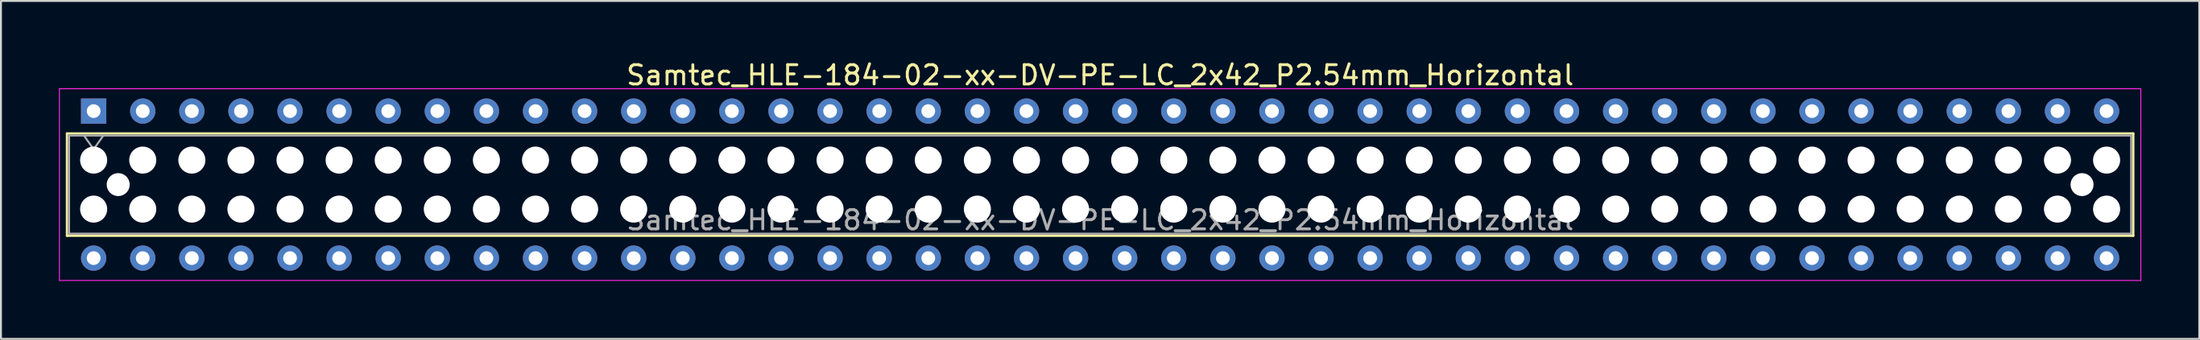
<source format=kicad_pcb>
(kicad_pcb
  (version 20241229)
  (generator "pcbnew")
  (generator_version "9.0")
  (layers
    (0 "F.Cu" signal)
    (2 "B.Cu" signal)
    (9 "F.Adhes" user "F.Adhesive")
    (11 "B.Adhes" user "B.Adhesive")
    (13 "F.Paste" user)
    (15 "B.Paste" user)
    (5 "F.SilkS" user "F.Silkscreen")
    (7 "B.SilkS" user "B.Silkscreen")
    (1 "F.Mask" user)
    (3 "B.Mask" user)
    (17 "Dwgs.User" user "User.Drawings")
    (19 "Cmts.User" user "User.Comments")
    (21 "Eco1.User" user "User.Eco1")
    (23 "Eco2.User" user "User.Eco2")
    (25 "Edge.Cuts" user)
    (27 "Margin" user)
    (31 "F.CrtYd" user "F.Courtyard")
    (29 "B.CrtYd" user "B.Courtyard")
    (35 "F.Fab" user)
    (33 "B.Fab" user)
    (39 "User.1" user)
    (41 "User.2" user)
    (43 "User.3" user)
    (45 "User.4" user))
  (footprint "Samtec_HLE-184-02-xx-DV-PE-LC_2x42_P2.54mm_Horizontal"
    (layer "F.Cu")
    (at 1.795 2.708)
    (property "Reference" "Samtec_HLE-184-02-xx-DV-PE-LC_2x42_P2.54mm_Horizontal" (at 52.07 -1.86 0) (layer "F.SilkS") (effects (font (size 1 1) (thickness 0.15))))
    (attr through_hole)
    (fp_line (start -1.38 1.16) (end 105.52 1.16) (stroke (width 0.12) (type solid)) (layer "F.SilkS"))
    (fp_line (start -1.38 6.46) (end -1.38 1.16) (stroke (width 0.12) (type solid)) (layer "F.SilkS"))
    (fp_line (start 105.52 1.16) (end 105.52 6.46) (stroke (width 0.12) (type solid)) (layer "F.SilkS"))
    (fp_line (start 105.52 6.46) (end -1.38 6.46) (stroke (width 0.12) (type solid)) (layer "F.SilkS"))
    (fp_line (start -1.77 -1.16) (end 105.91 -1.16) (stroke (width 0.05) (type solid)) (layer "F.CrtYd"))
    (fp_line (start -1.77 8.78) (end -1.77 -1.16) (stroke (width 0.05) (type solid)) (layer "F.CrtYd"))
    (fp_line (start 105.91 -1.16) (end 105.91 8.78) (stroke (width 0.05) (type solid)) (layer "F.CrtYd"))
    (fp_line (start 105.91 8.78) (end -1.77 8.78) (stroke (width 0.05) (type solid)) (layer "F.CrtYd"))
    (fp_line (start -1.27 1.27) (end 105.41 1.27) (stroke (width 0.1) (type solid)) (layer "F.Fab"))
    (fp_line (start -1.27 6.35) (end -1.27 1.27) (stroke (width 0.1) (type solid)) (layer "F.Fab"))
    (fp_line (start -0.5 1.27) (end 0 1.977) (stroke (width 0.1) (type solid)) (layer "F.Fab"))
    (fp_line (start 0 1.977) (end 0.5 1.27) (stroke (width 0.1) (type solid)) (layer "F.Fab"))
    (fp_line (start 105.41 1.27) (end 105.41 6.35) (stroke (width 0.1) (type solid)) (layer "F.Fab"))
    (fp_line (start 105.41 6.35) (end -1.27 6.35) (stroke (width 0.1) (type solid)) (layer "F.Fab"))
    (fp_text user "${REFERENCE}" (at 52.07 5.65 0) (layer "F.Fab") (effects (font (size 1 1) (thickness 0.15))))
    (pad "" np_thru_hole circle (at 0 2.54) (size 1.4 1.4) (drill 1.4) (layers "*.Cu" "*.Mask"))
    (pad "" np_thru_hole circle (at 0 5.08) (size 1.4 1.4) (drill 1.4) (layers "*.Cu" "*.Mask"))
    (pad "" np_thru_hole circle (at 1.27 3.81) (size 1.19 1.19) (drill 1.19) (layers "*.Cu" "*.Mask"))
    (pad "" np_thru_hole circle (at 2.54 2.54) (size 1.4 1.4) (drill 1.4) (layers "*.Cu" "*.Mask"))
    (pad "" np_thru_hole circle (at 2.54 5.08) (size 1.4 1.4) (drill 1.4) (layers "*.Cu" "*.Mask"))
    (pad "" np_thru_hole circle (at 5.08 2.54) (size 1.4 1.4) (drill 1.4) (layers "*.Cu" "*.Mask"))
    (pad "" np_thru_hole circle (at 5.08 5.08) (size 1.4 1.4) (drill 1.4) (layers "*.Cu" "*.Mask"))
    (pad "" np_thru_hole circle (at 7.62 2.54) (size 1.4 1.4) (drill 1.4) (layers "*.Cu" "*.Mask"))
    (pad "" np_thru_hole circle (at 7.62 5.08) (size 1.4 1.4) (drill 1.4) (layers "*.Cu" "*.Mask"))
    (pad "" np_thru_hole circle (at 10.16 2.54) (size 1.4 1.4) (drill 1.4) (layers "*.Cu" "*.Mask"))
    (pad "" np_thru_hole circle (at 10.16 5.08) (size 1.4 1.4) (drill 1.4) (layers "*.Cu" "*.Mask"))
    (pad "" np_thru_hole circle (at 12.7 2.54) (size 1.4 1.4) (drill 1.4) (layers "*.Cu" "*.Mask"))
    (pad "" np_thru_hole circle (at 12.7 5.08) (size 1.4 1.4) (drill 1.4) (layers "*.Cu" "*.Mask"))
    (pad "" np_thru_hole circle (at 15.24 2.54) (size 1.4 1.4) (drill 1.4) (layers "*.Cu" "*.Mask"))
    (pad "" np_thru_hole circle (at 15.24 5.08) (size 1.4 1.4) (drill 1.4) (layers "*.Cu" "*.Mask"))
    (pad "" np_thru_hole circle (at 17.78 2.54) (size 1.4 1.4) (drill 1.4) (layers "*.Cu" "*.Mask"))
    (pad "" np_thru_hole circle (at 17.78 5.08) (size 1.4 1.4) (drill 1.4) (layers "*.Cu" "*.Mask"))
    (pad "" np_thru_hole circle (at 20.32 2.54) (size 1.4 1.4) (drill 1.4) (layers "*.Cu" "*.Mask"))
    (pad "" np_thru_hole circle (at 20.32 5.08) (size 1.4 1.4) (drill 1.4) (layers "*.Cu" "*.Mask"))
    (pad "" np_thru_hole circle (at 22.86 2.54) (size 1.4 1.4) (drill 1.4) (layers "*.Cu" "*.Mask"))
    (pad "" np_thru_hole circle (at 22.86 5.08) (size 1.4 1.4) (drill 1.4) (layers "*.Cu" "*.Mask"))
    (pad "" np_thru_hole circle (at 25.4 2.54) (size 1.4 1.4) (drill 1.4) (layers "*.Cu" "*.Mask"))
    (pad "" np_thru_hole circle (at 25.4 5.08) (size 1.4 1.4) (drill 1.4) (layers "*.Cu" "*.Mask"))
    (pad "" np_thru_hole circle (at 27.94 2.54) (size 1.4 1.4) (drill 1.4) (layers "*.Cu" "*.Mask"))
    (pad "" np_thru_hole circle (at 27.94 5.08) (size 1.4 1.4) (drill 1.4) (layers "*.Cu" "*.Mask"))
    (pad "" np_thru_hole circle (at 30.48 2.54) (size 1.4 1.4) (drill 1.4) (layers "*.Cu" "*.Mask"))
    (pad "" np_thru_hole circle (at 30.48 5.08) (size 1.4 1.4) (drill 1.4) (layers "*.Cu" "*.Mask"))
    (pad "" np_thru_hole circle (at 33.02 2.54) (size 1.4 1.4) (drill 1.4) (layers "*.Cu" "*.Mask"))
    (pad "" np_thru_hole circle (at 33.02 5.08) (size 1.4 1.4) (drill 1.4) (layers "*.Cu" "*.Mask"))
    (pad "" np_thru_hole circle (at 35.56 2.54) (size 1.4 1.4) (drill 1.4) (layers "*.Cu" "*.Mask"))
    (pad "" np_thru_hole circle (at 35.56 5.08) (size 1.4 1.4) (drill 1.4) (layers "*.Cu" "*.Mask"))
    (pad "" np_thru_hole circle (at 38.1 2.54) (size 1.4 1.4) (drill 1.4) (layers "*.Cu" "*.Mask"))
    (pad "" np_thru_hole circle (at 38.1 5.08) (size 1.4 1.4) (drill 1.4) (layers "*.Cu" "*.Mask"))
    (pad "" np_thru_hole circle (at 40.64 2.54) (size 1.4 1.4) (drill 1.4) (layers "*.Cu" "*.Mask"))
    (pad "" np_thru_hole circle (at 40.64 5.08) (size 1.4 1.4) (drill 1.4) (layers "*.Cu" "*.Mask"))
    (pad "" np_thru_hole circle (at 43.18 2.54) (size 1.4 1.4) (drill 1.4) (layers "*.Cu" "*.Mask"))
    (pad "" np_thru_hole circle (at 43.18 5.08) (size 1.4 1.4) (drill 1.4) (layers "*.Cu" "*.Mask"))
    (pad "" np_thru_hole circle (at 45.72 2.54) (size 1.4 1.4) (drill 1.4) (layers "*.Cu" "*.Mask"))
    (pad "" np_thru_hole circle (at 45.72 5.08) (size 1.4 1.4) (drill 1.4) (layers "*.Cu" "*.Mask"))
    (pad "" np_thru_hole circle (at 48.26 2.54) (size 1.4 1.4) (drill 1.4) (layers "*.Cu" "*.Mask"))
    (pad "" np_thru_hole circle (at 48.26 5.08) (size 1.4 1.4) (drill 1.4) (layers "*.Cu" "*.Mask"))
    (pad "" np_thru_hole circle (at 50.8 2.54) (size 1.4 1.4) (drill 1.4) (layers "*.Cu" "*.Mask"))
    (pad "" np_thru_hole circle (at 50.8 5.08) (size 1.4 1.4) (drill 1.4) (layers "*.Cu" "*.Mask"))
    (pad "" np_thru_hole circle (at 53.34 2.54) (size 1.4 1.4) (drill 1.4) (layers "*.Cu" "*.Mask"))
    (pad "" np_thru_hole circle (at 53.34 5.08) (size 1.4 1.4) (drill 1.4) (layers "*.Cu" "*.Mask"))
    (pad "" np_thru_hole circle (at 55.88 2.54) (size 1.4 1.4) (drill 1.4) (layers "*.Cu" "*.Mask"))
    (pad "" np_thru_hole circle (at 55.88 5.08) (size 1.4 1.4) (drill 1.4) (layers "*.Cu" "*.Mask"))
    (pad "" np_thru_hole circle (at 58.42 2.54) (size 1.4 1.4) (drill 1.4) (layers "*.Cu" "*.Mask"))
    (pad "" np_thru_hole circle (at 58.42 5.08) (size 1.4 1.4) (drill 1.4) (layers "*.Cu" "*.Mask"))
    (pad "" np_thru_hole circle (at 60.96 2.54) (size 1.4 1.4) (drill 1.4) (layers "*.Cu" "*.Mask"))
    (pad "" np_thru_hole circle (at 60.96 5.08) (size 1.4 1.4) (drill 1.4) (layers "*.Cu" "*.Mask"))
    (pad "" np_thru_hole circle (at 63.5 2.54) (size 1.4 1.4) (drill 1.4) (layers "*.Cu" "*.Mask"))
    (pad "" np_thru_hole circle (at 63.5 5.08) (size 1.4 1.4) (drill 1.4) (layers "*.Cu" "*.Mask"))
    (pad "" np_thru_hole circle (at 66.04 2.54) (size 1.4 1.4) (drill 1.4) (layers "*.Cu" "*.Mask"))
    (pad "" np_thru_hole circle (at 66.04 5.08) (size 1.4 1.4) (drill 1.4) (layers "*.Cu" "*.Mask"))
    (pad "" np_thru_hole circle (at 68.58 2.54) (size 1.4 1.4) (drill 1.4) (layers "*.Cu" "*.Mask"))
    (pad "" np_thru_hole circle (at 68.58 5.08) (size 1.4 1.4) (drill 1.4) (layers "*.Cu" "*.Mask"))
    (pad "" np_thru_hole circle (at 71.12 2.54) (size 1.4 1.4) (drill 1.4) (layers "*.Cu" "*.Mask"))
    (pad "" np_thru_hole circle (at 71.12 5.08) (size 1.4 1.4) (drill 1.4) (layers "*.Cu" "*.Mask"))
    (pad "" np_thru_hole circle (at 73.66 2.54) (size 1.4 1.4) (drill 1.4) (layers "*.Cu" "*.Mask"))
    (pad "" np_thru_hole circle (at 73.66 5.08) (size 1.4 1.4) (drill 1.4) (layers "*.Cu" "*.Mask"))
    (pad "" np_thru_hole circle (at 76.2 2.54) (size 1.4 1.4) (drill 1.4) (layers "*.Cu" "*.Mask"))
    (pad "" np_thru_hole circle (at 76.2 5.08) (size 1.4 1.4) (drill 1.4) (layers "*.Cu" "*.Mask"))
    (pad "" np_thru_hole circle (at 78.74 2.54) (size 1.4 1.4) (drill 1.4) (layers "*.Cu" "*.Mask"))
    (pad "" np_thru_hole circle (at 78.74 5.08) (size 1.4 1.4) (drill 1.4) (layers "*.Cu" "*.Mask"))
    (pad "" np_thru_hole circle (at 81.28 2.54) (size 1.4 1.4) (drill 1.4) (layers "*.Cu" "*.Mask"))
    (pad "" np_thru_hole circle (at 81.28 5.08) (size 1.4 1.4) (drill 1.4) (layers "*.Cu" "*.Mask"))
    (pad "" np_thru_hole circle (at 83.82 2.54) (size 1.4 1.4) (drill 1.4) (layers "*.Cu" "*.Mask"))
    (pad "" np_thru_hole circle (at 83.82 5.08) (size 1.4 1.4) (drill 1.4) (layers "*.Cu" "*.Mask"))
    (pad "" np_thru_hole circle (at 86.36 2.54) (size 1.4 1.4) (drill 1.4) (layers "*.Cu" "*.Mask"))
    (pad "" np_thru_hole circle (at 86.36 5.08) (size 1.4 1.4) (drill 1.4) (layers "*.Cu" "*.Mask"))
    (pad "" np_thru_hole circle (at 88.9 2.54) (size 1.4 1.4) (drill 1.4) (layers "*.Cu" "*.Mask"))
    (pad "" np_thru_hole circle (at 88.9 5.08) (size 1.4 1.4) (drill 1.4) (layers "*.Cu" "*.Mask"))
    (pad "" np_thru_hole circle (at 91.44 2.54) (size 1.4 1.4) (drill 1.4) (layers "*.Cu" "*.Mask"))
    (pad "" np_thru_hole circle (at 91.44 5.08) (size 1.4 1.4) (drill 1.4) (layers "*.Cu" "*.Mask"))
    (pad "" np_thru_hole circle (at 93.98 2.54) (size 1.4 1.4) (drill 1.4) (layers "*.Cu" "*.Mask"))
    (pad "" np_thru_hole circle (at 93.98 5.08) (size 1.4 1.4) (drill 1.4) (layers "*.Cu" "*.Mask"))
    (pad "" np_thru_hole circle (at 96.52 2.54) (size 1.4 1.4) (drill 1.4) (layers "*.Cu" "*.Mask"))
    (pad "" np_thru_hole circle (at 96.52 5.08) (size 1.4 1.4) (drill 1.4) (layers "*.Cu" "*.Mask"))
    (pad "" np_thru_hole circle (at 99.06 2.54) (size 1.4 1.4) (drill 1.4) (layers "*.Cu" "*.Mask"))
    (pad "" np_thru_hole circle (at 99.06 5.08) (size 1.4 1.4) (drill 1.4) (layers "*.Cu" "*.Mask"))
    (pad "" np_thru_hole circle (at 101.6 2.54) (size 1.4 1.4) (drill 1.4) (layers "*.Cu" "*.Mask"))
    (pad "" np_thru_hole circle (at 101.6 5.08) (size 1.4 1.4) (drill 1.4) (layers "*.Cu" "*.Mask"))
    (pad "" np_thru_hole circle (at 102.87 3.81) (size 1.19 1.19) (drill 1.19) (layers "*.Cu" "*.Mask"))
    (pad "" np_thru_hole circle (at 104.14 2.54) (size 1.4 1.4) (drill 1.4) (layers "*.Cu" "*.Mask"))
    (pad "" np_thru_hole circle (at 104.14 5.08) (size 1.4 1.4) (drill 1.4) (layers "*.Cu" "*.Mask"))
    (pad "1" thru_hole rect (at 0 0) (size 1.31 1.31) (drill 0.71) (layers "*.Cu" "*.Mask"))
    (pad "2" thru_hole circle (at 0 7.62) (size 1.31 1.31) (drill 0.71) (layers "*.Cu" "*.Mask"))
    (pad "3" thru_hole circle (at 2.54 0) (size 1.31 1.31) (drill 0.71) (layers "*.Cu" "*.Mask"))
    (pad "4" thru_hole circle (at 2.54 7.62) (size 1.31 1.31) (drill 0.71) (layers "*.Cu" "*.Mask"))
    (pad "5" thru_hole circle (at 5.08 0) (size 1.31 1.31) (drill 0.71) (layers "*.Cu" "*.Mask"))
    (pad "6" thru_hole circle (at 5.08 7.62) (size 1.31 1.31) (drill 0.71) (layers "*.Cu" "*.Mask"))
    (pad "7" thru_hole circle (at 7.62 0) (size 1.31 1.31) (drill 0.71) (layers "*.Cu" "*.Mask"))
    (pad "8" thru_hole circle (at 7.62 7.62) (size 1.31 1.31) (drill 0.71) (layers "*.Cu" "*.Mask"))
    (pad "9" thru_hole circle (at 10.16 0) (size 1.31 1.31) (drill 0.71) (layers "*.Cu" "*.Mask"))
    (pad "10" thru_hole circle (at 10.16 7.62) (size 1.31 1.31) (drill 0.71) (layers "*.Cu" "*.Mask"))
    (pad "11" thru_hole circle (at 12.7 0) (size 1.31 1.31) (drill 0.71) (layers "*.Cu" "*.Mask"))
    (pad "12" thru_hole circle (at 12.7 7.62) (size 1.31 1.31) (drill 0.71) (layers "*.Cu" "*.Mask"))
    (pad "13" thru_hole circle (at 15.24 0) (size 1.31 1.31) (drill 0.71) (layers "*.Cu" "*.Mask"))
    (pad "14" thru_hole circle (at 15.24 7.62) (size 1.31 1.31) (drill 0.71) (layers "*.Cu" "*.Mask"))
    (pad "15" thru_hole circle (at 17.78 0) (size 1.31 1.31) (drill 0.71) (layers "*.Cu" "*.Mask"))
    (pad "16" thru_hole circle (at 17.78 7.62) (size 1.31 1.31) (drill 0.71) (layers "*.Cu" "*.Mask"))
    (pad "17" thru_hole circle (at 20.32 0) (size 1.31 1.31) (drill 0.71) (layers "*.Cu" "*.Mask"))
    (pad "18" thru_hole circle (at 20.32 7.62) (size 1.31 1.31) (drill 0.71) (layers "*.Cu" "*.Mask"))
    (pad "19" thru_hole circle (at 22.86 0) (size 1.31 1.31) (drill 0.71) (layers "*.Cu" "*.Mask"))
    (pad "20" thru_hole circle (at 22.86 7.62) (size 1.31 1.31) (drill 0.71) (layers "*.Cu" "*.Mask"))
    (pad "21" thru_hole circle (at 25.4 0) (size 1.31 1.31) (drill 0.71) (layers "*.Cu" "*.Mask"))
    (pad "22" thru_hole circle (at 25.4 7.62) (size 1.31 1.31) (drill 0.71) (layers "*.Cu" "*.Mask"))
    (pad "23" thru_hole circle (at 27.94 0) (size 1.31 1.31) (drill 0.71) (layers "*.Cu" "*.Mask"))
    (pad "24" thru_hole circle (at 27.94 7.62) (size 1.31 1.31) (drill 0.71) (layers "*.Cu" "*.Mask"))
    (pad "25" thru_hole circle (at 30.48 0) (size 1.31 1.31) (drill 0.71) (layers "*.Cu" "*.Mask"))
    (pad "26" thru_hole circle (at 30.48 7.62) (size 1.31 1.31) (drill 0.71) (layers "*.Cu" "*.Mask"))
    (pad "27" thru_hole circle (at 33.02 0) (size 1.31 1.31) (drill 0.71) (layers "*.Cu" "*.Mask"))
    (pad "28" thru_hole circle (at 33.02 7.62) (size 1.31 1.31) (drill 0.71) (layers "*.Cu" "*.Mask"))
    (pad "29" thru_hole circle (at 35.56 0) (size 1.31 1.31) (drill 0.71) (layers "*.Cu" "*.Mask"))
    (pad "30" thru_hole circle (at 35.56 7.62) (size 1.31 1.31) (drill 0.71) (layers "*.Cu" "*.Mask"))
    (pad "31" thru_hole circle (at 38.1 0) (size 1.31 1.31) (drill 0.71) (layers "*.Cu" "*.Mask"))
    (pad "32" thru_hole circle (at 38.1 7.62) (size 1.31 1.31) (drill 0.71) (layers "*.Cu" "*.Mask"))
    (pad "33" thru_hole circle (at 40.64 0) (size 1.31 1.31) (drill 0.71) (layers "*.Cu" "*.Mask"))
    (pad "34" thru_hole circle (at 40.64 7.62) (size 1.31 1.31) (drill 0.71) (layers "*.Cu" "*.Mask"))
    (pad "35" thru_hole circle (at 43.18 0) (size 1.31 1.31) (drill 0.71) (layers "*.Cu" "*.Mask"))
    (pad "36" thru_hole circle (at 43.18 7.62) (size 1.31 1.31) (drill 0.71) (layers "*.Cu" "*.Mask"))
    (pad "37" thru_hole circle (at 45.72 0) (size 1.31 1.31) (drill 0.71) (layers "*.Cu" "*.Mask"))
    (pad "38" thru_hole circle (at 45.72 7.62) (size 1.31 1.31) (drill 0.71) (layers "*.Cu" "*.Mask"))
    (pad "39" thru_hole circle (at 48.26 0) (size 1.31 1.31) (drill 0.71) (layers "*.Cu" "*.Mask"))
    (pad "40" thru_hole circle (at 48.26 7.62) (size 1.31 1.31) (drill 0.71) (layers "*.Cu" "*.Mask"))
    (pad "41" thru_hole circle (at 50.8 0) (size 1.31 1.31) (drill 0.71) (layers "*.Cu" "*.Mask"))
    (pad "42" thru_hole circle (at 50.8 7.62) (size 1.31 1.31) (drill 0.71) (layers "*.Cu" "*.Mask"))
    (pad "43" thru_hole circle (at 53.34 0) (size 1.31 1.31) (drill 0.71) (layers "*.Cu" "*.Mask"))
    (pad "44" thru_hole circle (at 53.34 7.62) (size 1.31 1.31) (drill 0.71) (layers "*.Cu" "*.Mask"))
    (pad "45" thru_hole circle (at 55.88 0) (size 1.31 1.31) (drill 0.71) (layers "*.Cu" "*.Mask"))
    (pad "46" thru_hole circle (at 55.88 7.62) (size 1.31 1.31) (drill 0.71) (layers "*.Cu" "*.Mask"))
    (pad "47" thru_hole circle (at 58.42 0) (size 1.31 1.31) (drill 0.71) (layers "*.Cu" "*.Mask"))
    (pad "48" thru_hole circle (at 58.42 7.62) (size 1.31 1.31) (drill 0.71) (layers "*.Cu" "*.Mask"))
    (pad "49" thru_hole circle (at 60.96 0) (size 1.31 1.31) (drill 0.71) (layers "*.Cu" "*.Mask"))
    (pad "50" thru_hole circle (at 60.96 7.62) (size 1.31 1.31) (drill 0.71) (layers "*.Cu" "*.Mask"))
    (pad "51" thru_hole circle (at 63.5 0) (size 1.31 1.31) (drill 0.71) (layers "*.Cu" "*.Mask"))
    (pad "52" thru_hole circle (at 63.5 7.62) (size 1.31 1.31) (drill 0.71) (layers "*.Cu" "*.Mask"))
    (pad "53" thru_hole circle (at 66.04 0) (size 1.31 1.31) (drill 0.71) (layers "*.Cu" "*.Mask"))
    (pad "54" thru_hole circle (at 66.04 7.62) (size 1.31 1.31) (drill 0.71) (layers "*.Cu" "*.Mask"))
    (pad "55" thru_hole circle (at 68.58 0) (size 1.31 1.31) (drill 0.71) (layers "*.Cu" "*.Mask"))
    (pad "56" thru_hole circle (at 68.58 7.62) (size 1.31 1.31) (drill 0.71) (layers "*.Cu" "*.Mask"))
    (pad "57" thru_hole circle (at 71.12 0) (size 1.31 1.31) (drill 0.71) (layers "*.Cu" "*.Mask"))
    (pad "58" thru_hole circle (at 71.12 7.62) (size 1.31 1.31) (drill 0.71) (layers "*.Cu" "*.Mask"))
    (pad "59" thru_hole circle (at 73.66 0) (size 1.31 1.31) (drill 0.71) (layers "*.Cu" "*.Mask"))
    (pad "60" thru_hole circle (at 73.66 7.62) (size 1.31 1.31) (drill 0.71) (layers "*.Cu" "*.Mask"))
    (pad "61" thru_hole circle (at 76.2 0) (size 1.31 1.31) (drill 0.71) (layers "*.Cu" "*.Mask"))
    (pad "62" thru_hole circle (at 76.2 7.62) (size 1.31 1.31) (drill 0.71) (layers "*.Cu" "*.Mask"))
    (pad "63" thru_hole circle (at 78.74 0) (size 1.31 1.31) (drill 0.71) (layers "*.Cu" "*.Mask"))
    (pad "64" thru_hole circle (at 78.74 7.62) (size 1.31 1.31) (drill 0.71) (layers "*.Cu" "*.Mask"))
    (pad "65" thru_hole circle (at 81.28 0) (size 1.31 1.31) (drill 0.71) (layers "*.Cu" "*.Mask"))
    (pad "66" thru_hole circle (at 81.28 7.62) (size 1.31 1.31) (drill 0.71) (layers "*.Cu" "*.Mask"))
    (pad "67" thru_hole circle (at 83.82 0) (size 1.31 1.31) (drill 0.71) (layers "*.Cu" "*.Mask"))
    (pad "68" thru_hole circle (at 83.82 7.62) (size 1.31 1.31) (drill 0.71) (layers "*.Cu" "*.Mask"))
    (pad "69" thru_hole circle (at 86.36 0) (size 1.31 1.31) (drill 0.71) (layers "*.Cu" "*.Mask"))
    (pad "70" thru_hole circle (at 86.36 7.62) (size 1.31 1.31) (drill 0.71) (layers "*.Cu" "*.Mask"))
    (pad "71" thru_hole circle (at 88.9 0) (size 1.31 1.31) (drill 0.71) (layers "*.Cu" "*.Mask"))
    (pad "72" thru_hole circle (at 88.9 7.62) (size 1.31 1.31) (drill 0.71) (layers "*.Cu" "*.Mask"))
    (pad "73" thru_hole circle (at 91.44 0) (size 1.31 1.31) (drill 0.71) (layers "*.Cu" "*.Mask"))
    (pad "74" thru_hole circle (at 91.44 7.62) (size 1.31 1.31) (drill 0.71) (layers "*.Cu" "*.Mask"))
    (pad "75" thru_hole circle (at 93.98 0) (size 1.31 1.31) (drill 0.71) (layers "*.Cu" "*.Mask"))
    (pad "76" thru_hole circle (at 93.98 7.62) (size 1.31 1.31) (drill 0.71) (layers "*.Cu" "*.Mask"))
    (pad "77" thru_hole circle (at 96.52 0) (size 1.31 1.31) (drill 0.71) (layers "*.Cu" "*.Mask"))
    (pad "78" thru_hole circle (at 96.52 7.62) (size 1.31 1.31) (drill 0.71) (layers "*.Cu" "*.Mask"))
    (pad "79" thru_hole circle (at 99.06 0) (size 1.31 1.31) (drill 0.71) (layers "*.Cu" "*.Mask"))
    (pad "80" thru_hole circle (at 99.06 7.62) (size 1.31 1.31) (drill 0.71) (layers "*.Cu" "*.Mask"))
    (pad "81" thru_hole circle (at 101.6 0) (size 1.31 1.31) (drill 0.71) (layers "*.Cu" "*.Mask"))
    (pad "82" thru_hole circle (at 101.6 7.62) (size 1.31 1.31) (drill 0.71) (layers "*.Cu" "*.Mask"))
    (pad "83" thru_hole circle (at 104.14 0) (size 1.31 1.31) (drill 0.71) (layers "*.Cu" "*.Mask"))
    (pad "84" thru_hole circle (at 104.14 7.62) (size 1.31 1.31) (drill 0.71) (layers "*.Cu" "*.Mask")))
  (gr_rect
    (start -3 -3)
    (end 110.73 14.513)
    (stroke (width 0.1) (type default))
    (fill no)
    (layer "Edge.Cuts")))
</source>
